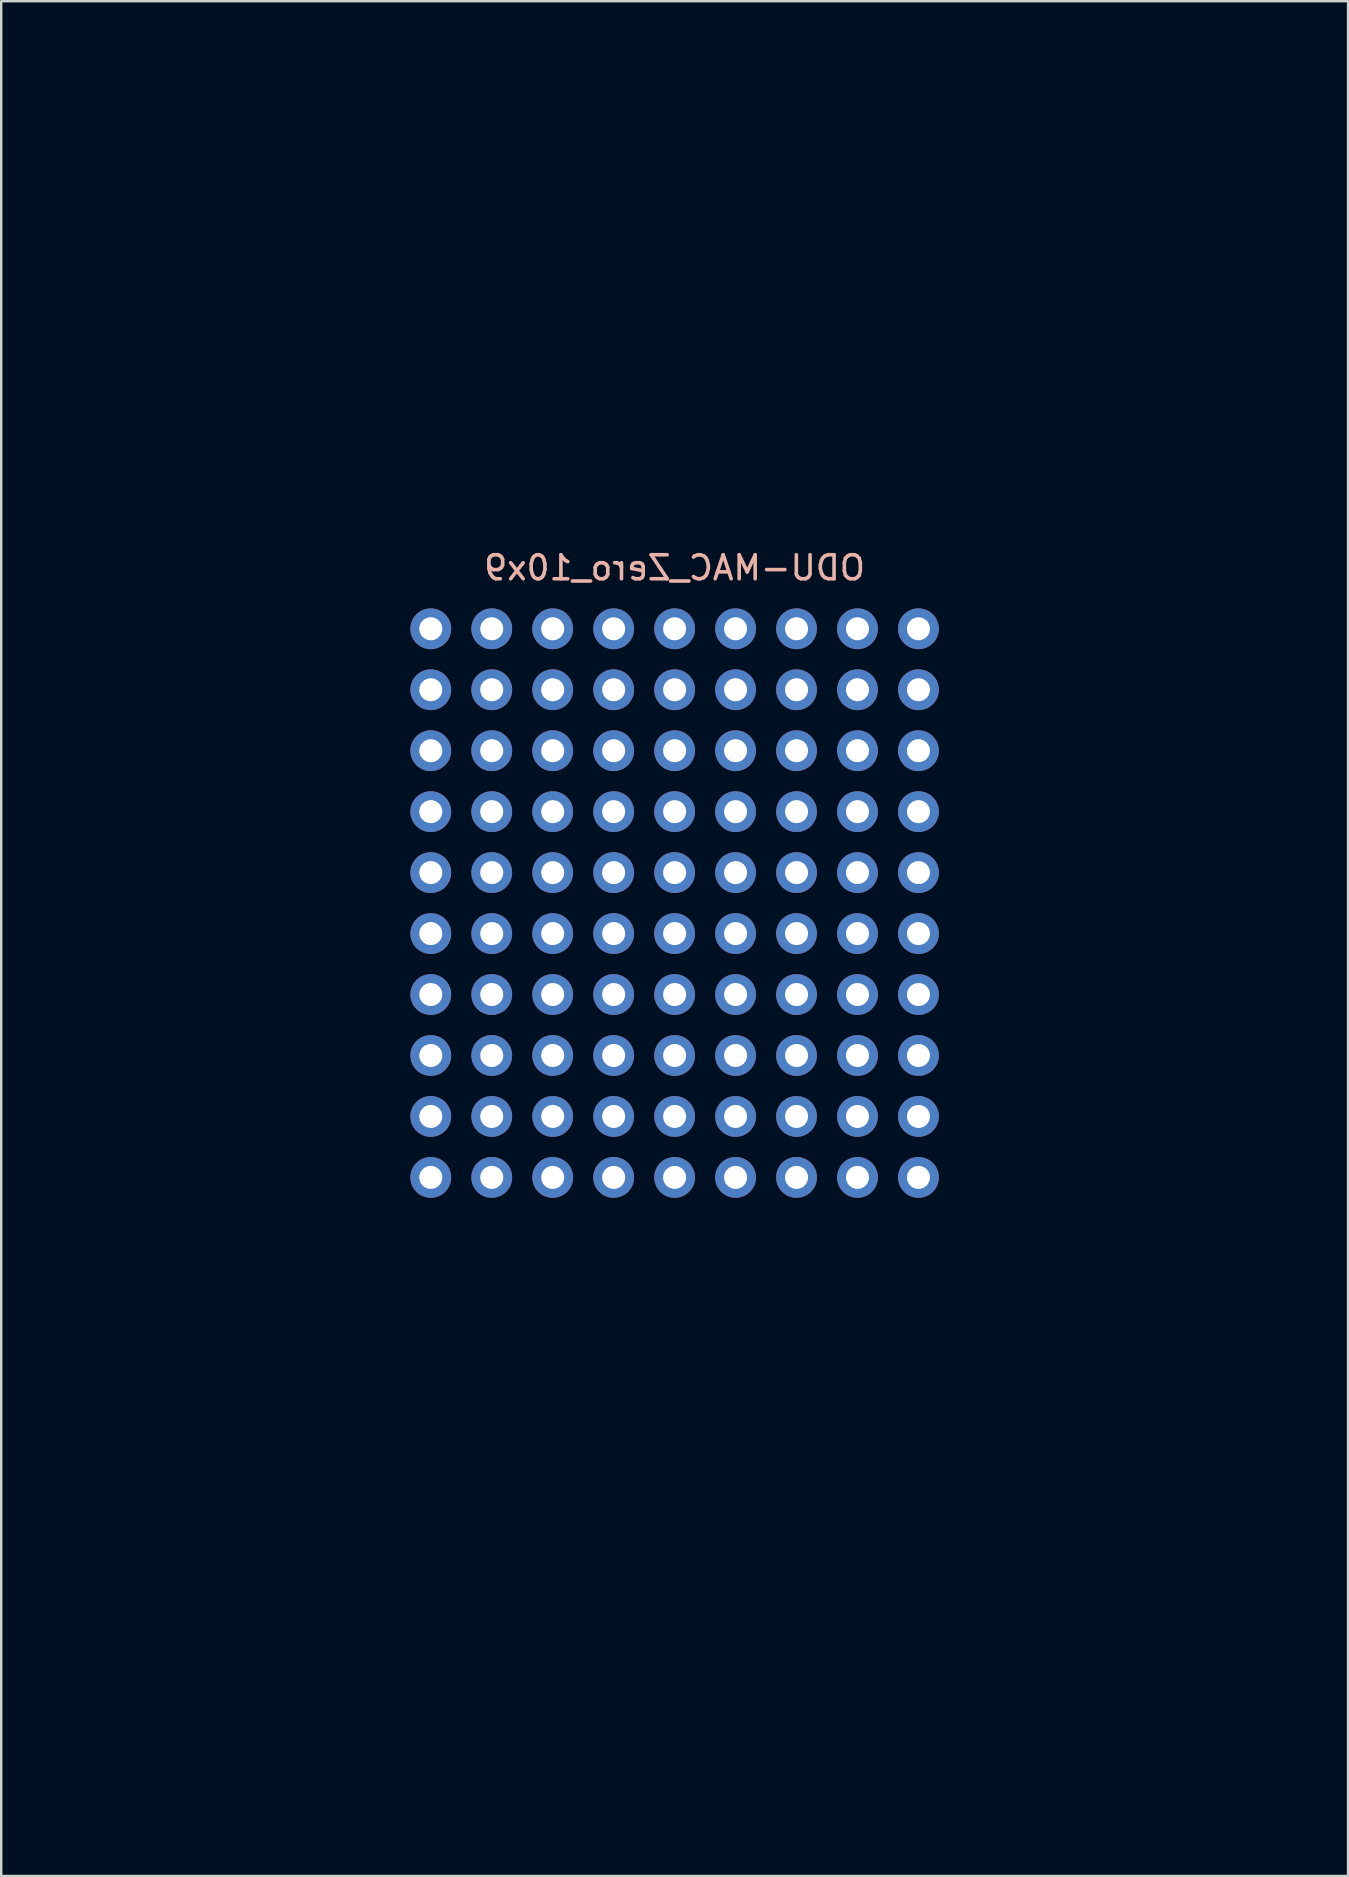
<source format=kicad_pcb>
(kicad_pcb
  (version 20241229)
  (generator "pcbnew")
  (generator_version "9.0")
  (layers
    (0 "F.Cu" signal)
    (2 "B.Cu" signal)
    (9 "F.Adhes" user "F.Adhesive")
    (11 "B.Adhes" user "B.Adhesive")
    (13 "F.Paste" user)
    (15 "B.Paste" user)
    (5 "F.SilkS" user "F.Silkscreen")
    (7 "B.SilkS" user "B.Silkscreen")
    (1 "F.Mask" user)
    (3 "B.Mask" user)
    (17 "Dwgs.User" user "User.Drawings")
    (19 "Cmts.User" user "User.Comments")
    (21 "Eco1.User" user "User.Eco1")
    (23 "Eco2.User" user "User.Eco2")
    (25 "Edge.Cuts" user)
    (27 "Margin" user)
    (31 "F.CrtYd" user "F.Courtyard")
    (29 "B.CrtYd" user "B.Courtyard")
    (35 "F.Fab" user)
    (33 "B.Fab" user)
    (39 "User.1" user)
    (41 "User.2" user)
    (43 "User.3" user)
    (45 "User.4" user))
  (footprint "ODU-MAC_Zero_10x9"
    (layer "F.Cu")
    (at 25.06 34.58)
    (property "Reference" "ODU-MAC_Zero_10x9" (at 0 -13.97 0) (layer "B.SilkS") (effects (font (size 1 1) (thickness 0.15)) (justify mirror)))
    (attr through_hole)
    (fp_line (start -25 -34.52) (end 25 -34.52) (stroke (width 0.12) (type solid)) (layer "Eco1.User"))
    (fp_line (start -25 37.48) (end -25 -34.52) (stroke (width 0.12) (type solid)) (layer "Eco1.User"))
    (fp_line (start 25 -34.52) (end 25 37.48) (stroke (width 0.12) (type solid)) (layer "Eco1.User"))
    (fp_line (start 25 37.48) (end -25 37.48) (stroke (width 0.12) (type solid)) (layer "Eco1.User"))
    (fp_circle (center -20 -29.52) (end -17.9 -29.52) (stroke (width 0.12) (type solid)) (fill no) (layer "Eco1.User"))
    (fp_circle (center -20 32.48) (end -17.9 32.48) (stroke (width 0.12) (type solid)) (fill no) (layer "Eco1.User"))
    (fp_circle (center 20 -29.52) (end 22.1 -29.52) (stroke (width 0.12) (type solid)) (fill no) (layer "Eco1.User"))
    (fp_circle (center 20 32.48) (end 22.1 32.48) (stroke (width 0.12) (type solid)) (fill no) (layer "Eco1.User"))
    (fp_text user "Holes are @ part center" (at -8.3 -24.5 0) (layer "Eco1.User") (effects (font (size 1 1) (thickness 0.05)) (justify left)))
    (fp_text user "Flat bottom" (at 0 16 0) (layer "Eco1.User") (effects (font (size 1 1) (thickness 0.15))))
    (fp_text user "Rounded top" (at 0 -17 0) (layer "Eco1.User") (effects (font (size 1 1) (thickness 0.15))))
    (fp_text user "+/- 20 mm X,-29.52 mm +32.48 mm Y" (at 0 -22.8 0) (layer "Eco1.User") (effects (font (size 1 1) (thickness 0.05))))
    (pad "1" thru_hole circle (at -10.16 -11.43) (size 1.7 1.7) (drill 0.96) (layers "*.Cu" "*.Mask"))
    (pad "2" thru_hole circle (at -10.16 -8.89) (size 1.7 1.7) (drill 0.96) (layers "*.Cu" "*.Mask"))
    (pad "3" thru_hole circle (at -10.16 -6.35) (size 1.7 1.7) (drill 0.96) (layers "*.Cu" "*.Mask"))
    (pad "4" thru_hole circle (at -10.16 -3.81) (size 1.7 1.7) (drill 0.96) (layers "*.Cu" "*.Mask"))
    (pad "5" thru_hole circle (at -10.16 -1.27) (size 1.7 1.7) (drill 0.96) (layers "*.Cu" "*.Mask"))
    (pad "6" thru_hole circle (at -10.16 1.27) (size 1.7 1.7) (drill 0.96) (layers "*.Cu" "*.Mask"))
    (pad "7" thru_hole circle (at -10.16 3.81) (size 1.7 1.7) (drill 0.96) (layers "*.Cu" "*.Mask"))
    (pad "8" thru_hole circle (at -10.16 6.35) (size 1.7 1.7) (drill 0.96) (layers "*.Cu" "*.Mask"))
    (pad "9" thru_hole circle (at -10.16 8.89) (size 1.7 1.7) (drill 0.96) (layers "*.Cu" "*.Mask"))
    (pad "10" thru_hole circle (at -10.16 11.43) (size 1.7 1.7) (drill 0.96) (layers "*.Cu" "*.Mask"))
    (pad "11" thru_hole circle (at -7.62 -11.43) (size 1.7 1.7) (drill 0.96) (layers "*.Cu" "*.Mask"))
    (pad "12" thru_hole circle (at -7.62 -8.89) (size 1.7 1.7) (drill 0.96) (layers "*.Cu" "*.Mask"))
    (pad "13" thru_hole circle (at -7.62 -6.35) (size 1.7 1.7) (drill 0.96) (layers "*.Cu" "*.Mask"))
    (pad "14" thru_hole circle (at -7.62 -3.81) (size 1.7 1.7) (drill 0.96) (layers "*.Cu" "*.Mask"))
    (pad "15" thru_hole circle (at -7.62 -1.27) (size 1.7 1.7) (drill 0.96) (layers "*.Cu" "*.Mask"))
    (pad "16" thru_hole circle (at -7.62 1.27) (size 1.7 1.7) (drill 0.96) (layers "*.Cu" "*.Mask"))
    (pad "17" thru_hole circle (at -7.62 3.81) (size 1.7 1.7) (drill 0.96) (layers "*.Cu" "*.Mask"))
    (pad "18" thru_hole circle (at -7.62 6.35) (size 1.7 1.7) (drill 0.96) (layers "*.Cu" "*.Mask"))
    (pad "19" thru_hole circle (at -7.62 8.89) (size 1.7 1.7) (drill 0.96) (layers "*.Cu" "*.Mask"))
    (pad "20" thru_hole circle (at -7.62 11.43) (size 1.7 1.7) (drill 0.96) (layers "*.Cu" "*.Mask"))
    (pad "21" thru_hole circle (at -5.08 -11.43) (size 1.7 1.7) (drill 0.96) (layers "*.Cu" "*.Mask"))
    (pad "22" thru_hole circle (at -5.08 -8.89) (size 1.7 1.7) (drill 0.96) (layers "*.Cu" "*.Mask"))
    (pad "23" thru_hole circle (at -5.08 -6.35) (size 1.7 1.7) (drill 0.96) (layers "*.Cu" "*.Mask"))
    (pad "24" thru_hole circle (at -5.08 -3.81) (size 1.7 1.7) (drill 0.96) (layers "*.Cu" "*.Mask"))
    (pad "25" thru_hole circle (at -5.08 -1.27) (size 1.7 1.7) (drill 0.96) (layers "*.Cu" "*.Mask"))
    (pad "26" thru_hole circle (at -5.08 1.27) (size 1.7 1.7) (drill 0.96) (layers "*.Cu" "*.Mask"))
    (pad "27" thru_hole circle (at -5.08 3.81) (size 1.7 1.7) (drill 0.96) (layers "*.Cu" "*.Mask"))
    (pad "28" thru_hole circle (at -5.08 6.35) (size 1.7 1.7) (drill 0.96) (layers "*.Cu" "*.Mask"))
    (pad "29" thru_hole circle (at -5.08 8.89) (size 1.7 1.7) (drill 0.96) (layers "*.Cu" "*.Mask"))
    (pad "30" thru_hole circle (at -5.08 11.43) (size 1.7 1.7) (drill 0.96) (layers "*.Cu" "*.Mask"))
    (pad "31" thru_hole circle (at -2.54 -11.43) (size 1.7 1.7) (drill 0.96) (layers "*.Cu" "*.Mask"))
    (pad "32" thru_hole circle (at -2.54 -8.89) (size 1.7 1.7) (drill 0.96) (layers "*.Cu" "*.Mask"))
    (pad "33" thru_hole circle (at -2.54 -6.35) (size 1.7 1.7) (drill 0.96) (layers "*.Cu" "*.Mask"))
    (pad "34" thru_hole circle (at -2.54 -3.81) (size 1.7 1.7) (drill 0.96) (layers "*.Cu" "*.Mask"))
    (pad "35" thru_hole circle (at -2.54 -1.27) (size 1.7 1.7) (drill 0.96) (layers "*.Cu" "*.Mask"))
    (pad "36" thru_hole circle (at -2.54 1.27) (size 1.7 1.7) (drill 0.96) (layers "*.Cu" "*.Mask"))
    (pad "37" thru_hole circle (at -2.54 3.81) (size 1.7 1.7) (drill 0.96) (layers "*.Cu" "*.Mask"))
    (pad "38" thru_hole circle (at -2.54 6.35) (size 1.7 1.7) (drill 0.96) (layers "*.Cu" "*.Mask"))
    (pad "39" thru_hole circle (at -2.54 8.89) (size 1.7 1.7) (drill 0.96) (layers "*.Cu" "*.Mask"))
    (pad "40" thru_hole circle (at -2.54 11.43) (size 1.7 1.7) (drill 0.96) (layers "*.Cu" "*.Mask"))
    (pad "41" thru_hole circle (at 0 -11.43) (size 1.7 1.7) (drill 0.96) (layers "*.Cu" "*.Mask"))
    (pad "42" thru_hole circle (at 0 -8.89) (size 1.7 1.7) (drill 0.96) (layers "*.Cu" "*.Mask"))
    (pad "43" thru_hole circle (at 0 -6.35) (size 1.7 1.7) (drill 0.96) (layers "*.Cu" "*.Mask"))
    (pad "44" thru_hole circle (at 0 -3.81) (size 1.7 1.7) (drill 0.96) (layers "*.Cu" "*.Mask"))
    (pad "45" thru_hole circle (at 0 -1.27) (size 1.7 1.7) (drill 0.96) (layers "*.Cu" "*.Mask"))
    (pad "46" thru_hole circle (at 0 1.27) (size 1.7 1.7) (drill 0.96) (layers "*.Cu" "*.Mask"))
    (pad "47" thru_hole circle (at 0 3.81) (size 1.7 1.7) (drill 0.96) (layers "*.Cu" "*.Mask"))
    (pad "48" thru_hole circle (at 0 6.35) (size 1.7 1.7) (drill 0.96) (layers "*.Cu" "*.Mask"))
    (pad "49" thru_hole circle (at 0 8.89) (size 1.7 1.7) (drill 0.96) (layers "*.Cu" "*.Mask"))
    (pad "50" thru_hole circle (at 0 11.43) (size 1.7 1.7) (drill 0.96) (layers "*.Cu" "*.Mask"))
    (pad "51" thru_hole circle (at 2.54 -11.43) (size 1.7 1.7) (drill 0.96) (layers "*.Cu" "*.Mask"))
    (pad "52" thru_hole circle (at 2.54 -8.89) (size 1.7 1.7) (drill 0.96) (layers "*.Cu" "*.Mask"))
    (pad "53" thru_hole circle (at 2.54 -6.35) (size 1.7 1.7) (drill 0.96) (layers "*.Cu" "*.Mask"))
    (pad "54" thru_hole circle (at 2.54 -3.81) (size 1.7 1.7) (drill 0.96) (layers "*.Cu" "*.Mask"))
    (pad "55" thru_hole circle (at 2.54 -1.27) (size 1.7 1.7) (drill 0.96) (layers "*.Cu" "*.Mask"))
    (pad "56" thru_hole circle (at 2.54 1.27) (size 1.7 1.7) (drill 0.96) (layers "*.Cu" "*.Mask"))
    (pad "57" thru_hole circle (at 2.54 3.81) (size 1.7 1.7) (drill 0.96) (layers "*.Cu" "*.Mask"))
    (pad "58" thru_hole circle (at 2.54 6.35) (size 1.7 1.7) (drill 0.96) (layers "*.Cu" "*.Mask"))
    (pad "59" thru_hole circle (at 2.54 8.89) (size 1.7 1.7) (drill 0.96) (layers "*.Cu" "*.Mask"))
    (pad "60" thru_hole circle (at 2.54 11.43) (size 1.7 1.7) (drill 0.96) (layers "*.Cu" "*.Mask"))
    (pad "61" thru_hole circle (at 5.08 -11.43) (size 1.7 1.7) (drill 0.96) (layers "*.Cu" "*.Mask"))
    (pad "62" thru_hole circle (at 5.08 -8.89) (size 1.7 1.7) (drill 0.96) (layers "*.Cu" "*.Mask"))
    (pad "63" thru_hole circle (at 5.08 -6.35) (size 1.7 1.7) (drill 0.96) (layers "*.Cu" "*.Mask"))
    (pad "64" thru_hole circle (at 5.08 -3.81) (size 1.7 1.7) (drill 0.96) (layers "*.Cu" "*.Mask"))
    (pad "65" thru_hole circle (at 5.08 -1.27) (size 1.7 1.7) (drill 0.96) (layers "*.Cu" "*.Mask"))
    (pad "66" thru_hole circle (at 5.08 1.27) (size 1.7 1.7) (drill 0.96) (layers "*.Cu" "*.Mask"))
    (pad "67" thru_hole circle (at 5.08 3.81) (size 1.7 1.7) (drill 0.96) (layers "*.Cu" "*.Mask"))
    (pad "68" thru_hole circle (at 5.08 6.35) (size 1.7 1.7) (drill 0.96) (layers "*.Cu" "*.Mask"))
    (pad "69" thru_hole circle (at 5.08 8.89) (size 1.7 1.7) (drill 0.96) (layers "*.Cu" "*.Mask"))
    (pad "70" thru_hole circle (at 5.08 11.43) (size 1.7 1.7) (drill 0.96) (layers "*.Cu" "*.Mask"))
    (pad "71" thru_hole circle (at 7.62 -11.43) (size 1.7 1.7) (drill 0.96) (layers "*.Cu" "*.Mask"))
    (pad "72" thru_hole circle (at 7.62 -8.89) (size 1.7 1.7) (drill 0.96) (layers "*.Cu" "*.Mask"))
    (pad "73" thru_hole circle (at 7.62 -6.35) (size 1.7 1.7) (drill 0.96) (layers "*.Cu" "*.Mask"))
    (pad "74" thru_hole circle (at 7.62 -3.81) (size 1.7 1.7) (drill 0.96) (layers "*.Cu" "*.Mask"))
    (pad "75" thru_hole circle (at 7.62 -1.27) (size 1.7 1.7) (drill 0.96) (layers "*.Cu" "*.Mask"))
    (pad "76" thru_hole circle (at 7.62 1.27) (size 1.7 1.7) (drill 0.96) (layers "*.Cu" "*.Mask"))
    (pad "77" thru_hole circle (at 7.62 3.81) (size 1.7 1.7) (drill 0.96) (layers "*.Cu" "*.Mask"))
    (pad "78" thru_hole circle (at 7.62 6.35) (size 1.7 1.7) (drill 0.96) (layers "*.Cu" "*.Mask"))
    (pad "79" thru_hole circle (at 7.62 8.89) (size 1.7 1.7) (drill 0.96) (layers "*.Cu" "*.Mask"))
    (pad "80" thru_hole circle (at 7.62 11.43) (size 1.7 1.7) (drill 0.96) (layers "*.Cu" "*.Mask"))
    (pad "81" thru_hole circle (at 10.16 -11.43) (size 1.7 1.7) (drill 0.96) (layers "*.Cu" "*.Mask"))
    (pad "82" thru_hole circle (at 10.16 -8.89) (size 1.7 1.7) (drill 0.96) (layers "*.Cu" "*.Mask"))
    (pad "83" thru_hole circle (at 10.16 -6.35) (size 1.7 1.7) (drill 0.96) (layers "*.Cu" "*.Mask"))
    (pad "84" thru_hole circle (at 10.16 -3.81) (size 1.7 1.7) (drill 0.96) (layers "*.Cu" "*.Mask"))
    (pad "85" thru_hole circle (at 10.16 -1.27) (size 1.7 1.7) (drill 0.96) (layers "*.Cu" "*.Mask"))
    (pad "86" thru_hole circle (at 10.16 1.27) (size 1.7 1.7) (drill 0.96) (layers "*.Cu" "*.Mask"))
    (pad "87" thru_hole circle (at 10.16 3.81) (size 1.7 1.7) (drill 0.96) (layers "*.Cu" "*.Mask"))
    (pad "88" thru_hole circle (at 10.16 6.35) (size 1.7 1.7) (drill 0.96) (layers "*.Cu" "*.Mask"))
    (pad "89" thru_hole circle (at 10.16 8.89) (size 1.7 1.7) (drill 0.96) (layers "*.Cu" "*.Mask"))
    (pad "90" thru_hole circle (at 10.16 11.43) (size 1.7 1.7) (drill 0.96) (layers "*.Cu" "*.Mask")))
  (gr_rect
    (start -3 -3)
    (end 53.12 75.12)
    (stroke (width 0.1) (type default))
    (fill no)
    (layer "Edge.Cuts")))
</source>
